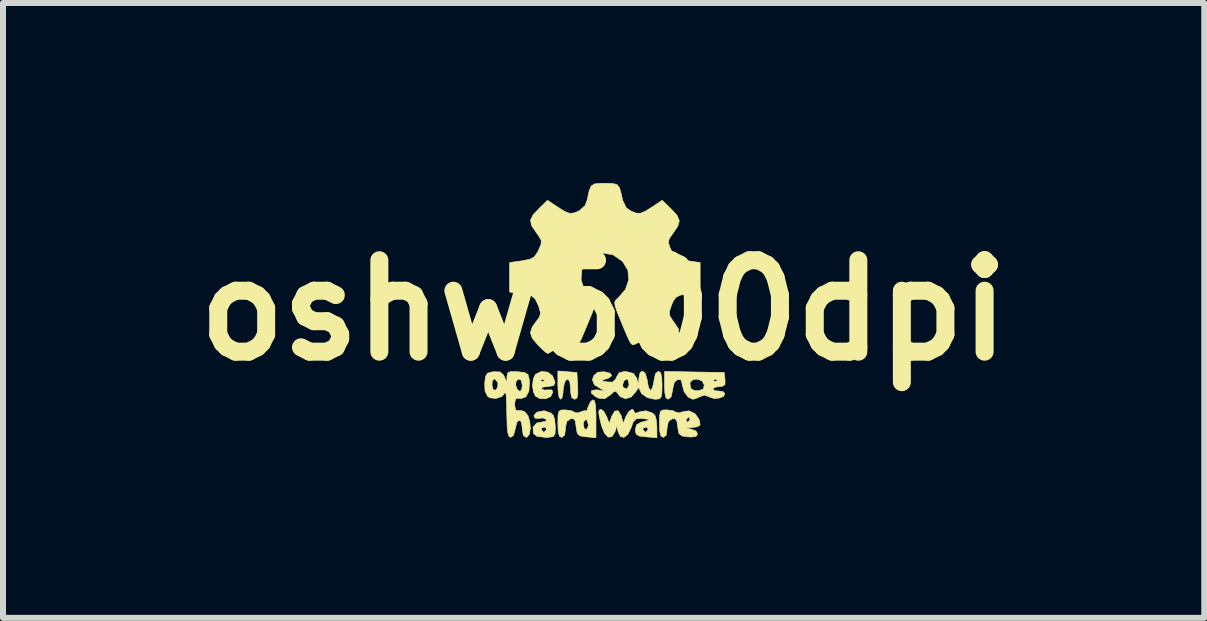
<source format=kicad_pcb>
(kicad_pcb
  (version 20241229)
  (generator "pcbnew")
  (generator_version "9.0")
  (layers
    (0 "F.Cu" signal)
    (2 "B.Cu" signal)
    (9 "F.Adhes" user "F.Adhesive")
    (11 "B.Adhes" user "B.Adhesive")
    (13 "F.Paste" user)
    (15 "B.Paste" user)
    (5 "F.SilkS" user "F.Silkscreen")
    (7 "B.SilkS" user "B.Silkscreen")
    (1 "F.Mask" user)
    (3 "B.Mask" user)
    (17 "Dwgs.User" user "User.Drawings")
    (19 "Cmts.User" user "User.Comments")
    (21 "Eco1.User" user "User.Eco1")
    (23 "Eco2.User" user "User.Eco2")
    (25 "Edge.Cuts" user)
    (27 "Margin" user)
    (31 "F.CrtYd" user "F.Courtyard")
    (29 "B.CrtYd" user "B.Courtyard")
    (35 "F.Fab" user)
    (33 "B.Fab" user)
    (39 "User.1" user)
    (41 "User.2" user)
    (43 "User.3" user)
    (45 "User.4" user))
  (footprint "oshw600dpi"
    (layer "F.Cu")
    (at 7.01 2.122)
    (property "Reference" "oshw600dpi" (at 0 0 0) (layer "F.SilkS") (effects (font (size 1.524 1.524) (thickness 0.3))))
    (attr through_hole)
    (fp_poly (pts (xy -0.445 1.037) (xy -0.432 1.259) (xy -0.429 1.393) (xy -0.444 1.461) (xy -0.48 1.482) (xy -0.485 1.482) (xy -0.53 1.456) (xy -0.549 1.37) (xy -0.55 1.312) (xy -0.562 1.197) (xy -0.591 1.145) (xy -0.629 1.165) (xy -0.652 1.21) (xy -0.672 1.306) (xy -0.677 1.379) (xy -0.692 1.457) (xy -0.72 1.482) (xy -0.743 1.443) (xy -0.758 1.344) (xy -0.762 1.246) (xy -0.762 1.011) (xy -0.445 1.037)) (stroke (width 0.01) (type solid)) (fill yes) (layer "F.SilkS"))
    (fp_poly (pts (xy -0.932 1.03) (xy -0.852 1.092) (xy -0.848 1.098) (xy -0.808 1.201) (xy -0.833 1.254) (xy -0.929 1.27) (xy -0.934 1.27) (xy -1.016 1.281) (xy -1.041 1.306) (xy -1.04 1.308) (xy -0.985 1.33) (xy -0.931 1.325) (xy -0.861 1.328) (xy -0.847 1.366) (xy -0.882 1.437) (xy -0.964 1.475) (xy -1.063 1.471) (xy -1.135 1.431) (xy -1.171 1.354) (xy -1.185 1.249) (xy -1.172 1.157) (xy -1.044 1.157) (xy -1.038 1.182) (xy -1.016 1.185) (xy -0.981 1.17) (xy -0.988 1.157) (xy -1.038 1.152) (xy -1.044 1.157) (xy -1.172 1.157) (xy -1.17 1.139) (xy -1.135 1.067) (xy -1.039 1.02) (xy -0.932 1.03)) (stroke (width 0.01) (type solid)) (fill yes) (layer "F.SilkS"))
    (fp_poly (pts (xy -0.879 1.712) (xy -0.837 1.754) (xy -0.816 1.824) (xy -0.805 1.936) (xy -0.805 1.958) (xy -0.809 2.059) (xy -0.838 2.104) (xy -0.917 2.116) (xy -0.975 2.117) (xy -1.111 2.1) (xy -1.17 2.053) (xy -1.175 1.967) (xy -1.041 1.967) (xy -1.037 1.99) (xy -1.001 2.03) (xy -0.995 2.032) (xy -0.961 2.002) (xy -0.953 1.99) (xy -0.963 1.954) (xy -0.995 1.947) (xy -1.041 1.967) (xy -1.175 1.967) (xy -1.176 1.947) (xy -1.113 1.878) (xy -1.036 1.863) (xy -0.962 1.849) (xy -0.954 1.819) (xy -1.011 1.793) (xy -1.058 1.799) (xy -1.138 1.801) (xy -1.163 1.76) (xy -1.12 1.704) (xy -1.105 1.696) (xy -0.99 1.674) (xy -0.879 1.712)) (stroke (width 0.01) (type solid)) (fill yes) (layer "F.SilkS"))
    (fp_poly (pts (xy -0.151 1.508) (xy -0.134 1.587) (xy -0.127 1.737) (xy -0.127 1.798) (xy -0.127 2.122) (xy -0.286 2.109) (xy -0.391 2.093) (xy -0.438 2.052) (xy -0.456 1.96) (xy -0.457 1.941) (xy -0.463 1.905) (xy -0.339 1.905) (xy -0.321 1.974) (xy -0.296 1.99) (xy -0.262 1.954) (xy -0.254 1.905) (xy -0.272 1.836) (xy -0.296 1.82) (xy -0.331 1.856) (xy -0.339 1.905) (xy -0.463 1.905) (xy -0.473 1.84) (xy -0.507 1.804) (xy -0.553 1.809) (xy -0.613 1.851) (xy -0.635 1.948) (xy -0.635 1.973) (xy -0.65 2.081) (xy -0.696 2.117) (xy -0.699 2.117) (xy -0.737 2.096) (xy -0.757 2.022) (xy -0.762 1.887) (xy -0.76 1.755) (xy -0.746 1.687) (xy -0.708 1.662) (xy -0.635 1.66) (xy -0.633 1.66) (xy -0.536 1.674) (xy -0.483 1.7) (xy -0.433 1.711) (xy -0.378 1.692) (xy -0.313 1.67) (xy -0.292 1.681) (xy -0.28 1.673) (xy -0.259 1.612) (xy -0.219 1.527) (xy -0.179 1.492) (xy -0.151 1.508)) (stroke (width 0.01) (type solid)) (fill yes) (layer "F.SilkS"))
    (fp_poly (pts (xy 1.06 1.66) (xy 1.158 1.674) (xy 1.211 1.7) (xy 1.26 1.711) (xy 1.315 1.692) (xy 1.423 1.675) (xy 1.524 1.723) (xy 1.592 1.82) (xy 1.609 1.908) (xy 1.572 1.937) (xy 1.481 1.953) (xy 1.471 1.954) (xy 1.385 1.959) (xy 1.379 1.965) (xy 1.45 1.978) (xy 1.538 2.011) (xy 1.566 2.059) (xy 1.543 2.1) (xy 1.461 2.112) (xy 1.408 2.109) (xy 1.303 2.093) (xy 1.255 2.052) (xy 1.238 1.96) (xy 1.236 1.941) (xy 1.22 1.84) (xy 1.202 1.82) (xy 1.376 1.82) (xy 1.379 1.859) (xy 1.395 1.863) (xy 1.438 1.832) (xy 1.439 1.82) (xy 1.425 1.779) (xy 1.421 1.778) (xy 1.385 1.808) (xy 1.376 1.82) (xy 1.202 1.82) (xy 1.187 1.804) (xy 1.141 1.809) (xy 1.08 1.851) (xy 1.059 1.948) (xy 1.058 1.973) (xy 1.044 2.081) (xy 0.997 2.117) (xy 0.995 2.117) (xy 0.956 2.096) (xy 0.937 2.022) (xy 0.931 1.887) (xy 0.933 1.755) (xy 0.947 1.687) (xy 0.985 1.662) (xy 1.058 1.66) (xy 1.06 1.66)) (stroke (width 0.01) (type solid)) (fill yes) (layer "F.SilkS"))
    (fp_poly (pts (xy 1.513 1.028) (xy 2.011 1.037) (xy 2.024 1.154) (xy 2.023 1.238) (xy 1.975 1.268) (xy 1.929 1.27) (xy 1.848 1.284) (xy 1.82 1.312) (xy 1.855 1.341) (xy 1.911 1.344) (xy 1.991 1.356) (xy 2.02 1.385) (xy 2.002 1.431) (xy 1.932 1.462) (xy 1.842 1.469) (xy 1.766 1.446) (xy 1.759 1.441) (xy 1.681 1.413) (xy 1.614 1.436) (xy 1.529 1.473) (xy 1.487 1.482) (xy 1.409 1.445) (xy 1.343 1.357) (xy 1.313 1.251) (xy 1.312 1.243) (xy 1.308 1.223) (xy 1.439 1.223) (xy 1.456 1.308) (xy 1.52 1.339) (xy 1.585 1.339) (xy 1.662 1.312) (xy 1.678 1.244) (xy 1.643 1.179) (xy 1.592 1.157) (xy 1.834 1.157) (xy 1.84 1.182) (xy 1.863 1.185) (xy 1.898 1.17) (xy 1.891 1.157) (xy 1.841 1.152) (xy 1.834 1.157) (xy 1.592 1.157) (xy 1.57 1.148) (xy 1.493 1.153) (xy 1.444 1.197) (xy 1.439 1.223) (xy 1.308 1.223) (xy 1.296 1.164) (xy 1.239 1.151) (xy 1.238 1.151) (xy 1.18 1.196) (xy 1.152 1.31) (xy 1.151 1.323) (xy 1.126 1.441) (xy 1.077 1.482) (xy 1.077 1.482) (xy 1.04 1.458) (xy 1.021 1.377) (xy 1.016 1.25) (xy 1.016 1.019) (xy 1.513 1.028)) (stroke (width 0.01) (type solid)) (fill yes) (layer "F.SilkS"))
    (fp_poly (pts (xy 0.505 1.67) (xy 0.508 1.695) (xy 0.534 1.717) (xy 0.59 1.695) (xy 0.704 1.674) (xy 0.815 1.712) (xy 0.857 1.754) (xy 0.877 1.823) (xy 0.888 1.937) (xy 0.888 1.96) (xy 0.889 2.122) (xy 0.709 2.109) (xy 0.595 2.095) (xy 0.543 2.064) (xy 0.529 2.003) (xy 0.529 1.99) (xy 0.535 1.967) (xy 0.653 1.967) (xy 0.656 1.99) (xy 0.692 2.03) (xy 0.699 2.032) (xy 0.732 2.002) (xy 0.741 1.99) (xy 0.731 1.954) (xy 0.699 1.947) (xy 0.653 1.967) (xy 0.535 1.967) (xy 0.549 1.908) (xy 0.623 1.866) (xy 0.656 1.858) (xy 0.744 1.834) (xy 0.75 1.818) (xy 0.673 1.806) (xy 0.624 1.802) (xy 0.543 1.809) (xy 0.495 1.857) (xy 0.458 1.956) (xy 0.405 2.067) (xy 0.339 2.117) (xy 0.279 2.102) (xy 0.241 2.021) (xy 0.222 1.926) (xy 0.191 2.021) (xy 0.14 2.106) (xy 0.078 2.114) (xy 0.016 2.05) (xy -0.034 1.926) (xy -0.07 1.778) (xy -0.082 1.694) (xy -0.068 1.658) (xy -0.041 1.651) (xy 0.004 1.686) (xy 0.048 1.767) (xy 0.095 1.884) (xy 0.136 1.765) (xy 0.187 1.679) (xy 0.242 1.674) (xy 0.291 1.751) (xy 0.3 1.781) (xy 0.327 1.884) (xy 0.374 1.767) (xy 0.422 1.686) (xy 0.473 1.65) (xy 0.505 1.67)) (stroke (width 0.01) (type solid)) (fill yes) (layer "F.SilkS"))
    (fp_poly (pts (xy 0.695 1.053) (xy 0.725 1.153) (xy 0.728 1.175) (xy 0.746 1.277) (xy 0.775 1.331) (xy 0.783 1.333) (xy 0.813 1.296) (xy 0.836 1.203) (xy 0.839 1.175) (xy 0.864 1.057) (xy 0.912 1.016) (xy 0.913 1.016) (xy 0.95 1.04) (xy 0.969 1.12) (xy 0.974 1.249) (xy 0.971 1.382) (xy 0.957 1.451) (xy 0.92 1.478) (xy 0.85 1.482) (xy 0.728 1.455) (xy 0.633 1.388) (xy 0.592 1.301) (xy 0.592 1.299) (xy 0.576 1.294) (xy 0.539 1.353) (xy 0.538 1.355) (xy 0.46 1.444) (xy 0.364 1.473) (xy 0.275 1.437) (xy 0.25 1.406) (xy 0.208 1.351) (xy 0.169 1.358) (xy 0.121 1.403) (xy 0.021 1.472) (xy -0.082 1.464) (xy -0.138 1.436) (xy -0.206 1.377) (xy -0.198 1.336) (xy -0.119 1.325) (xy -0.074 1.33) (xy 0.012 1.344) (xy 0.02 1.339) (xy -0.041 1.31) (xy -0.148 1.244) (xy 0.316 1.244) (xy 0.327 1.287) (xy 0.386 1.311) (xy 0.42 1.262) (xy 0.423 1.228) (xy 0.407 1.159) (xy 0.386 1.143) (xy 0.339 1.177) (xy 0.316 1.244) (xy -0.148 1.244) (xy -0.154 1.241) (xy -0.186 1.158) (xy -0.164 1.09) (xy -0.099 1.032) (xy 0.013 1.024) (xy 0.112 1.05) (xy 0.135 1.091) (xy 0.078 1.132) (xy 0.034 1.146) (xy -0.028 1.164) (xy -0.017 1.177) (xy 0.056 1.193) (xy 0.149 1.197) (xy 0.2 1.148) (xy 0.215 1.114) (xy 0.259 1.042) (xy 0.337 1.021) (xy 0.39 1.024) (xy 0.497 1.053) (xy 0.549 1.125) (xy 0.555 1.143) (xy 0.584 1.249) (xy 0.588 1.132) (xy 0.609 1.037) (xy 0.651 1.013) (xy 0.695 1.053)) (stroke (width 0.01) (type solid)) (fill yes) (layer "F.SilkS"))
    (fp_poly (pts (xy -1.429 1.024) (xy -1.316 1.037) (xy -1.261 1.069) (xy -1.241 1.142) (xy -1.236 1.199) (xy -1.245 1.347) (xy -1.295 1.442) (xy -1.38 1.472) (xy -1.405 1.467) (xy -1.46 1.47) (xy -1.48 1.529) (xy -1.482 1.573) (xy -1.47 1.654) (xy -1.441 1.673) (xy -1.44 1.673) (xy -1.374 1.67) (xy -1.313 1.693) (xy -1.261 1.755) (xy -1.23 1.857) (xy -1.221 1.969) (xy -1.237 2.065) (xy -1.278 2.115) (xy -1.291 2.117) (xy -1.338 2.085) (xy -1.354 1.985) (xy -1.355 1.965) (xy -1.37 1.86) (xy -1.406 1.829) (xy -1.446 1.869) (xy -1.473 1.978) (xy -1.474 1.982) (xy -1.501 2.083) (xy -1.548 2.117) (xy -1.577 2.1) (xy -1.596 2.04) (xy -1.608 1.925) (xy -1.613 1.74) (xy -1.614 1.704) (xy -1.617 1.539) (xy -1.624 1.42) (xy -1.632 1.362) (xy -1.638 1.365) (xy -1.694 1.435) (xy -1.792 1.469) (xy -1.894 1.458) (xy -1.929 1.437) (xy -1.976 1.346) (xy -1.98 1.249) (xy -1.861 1.249) (xy -1.842 1.317) (xy -1.834 1.327) (xy -1.794 1.329) (xy -1.764 1.279) (xy -1.763 1.249) (xy -1.466 1.249) (xy -1.437 1.322) (xy -1.392 1.355) (xy -1.364 1.318) (xy -1.355 1.249) (xy -1.373 1.165) (xy -1.417 1.144) (xy -1.458 1.182) (xy -1.466 1.249) (xy -1.763 1.249) (xy -1.762 1.211) (xy -1.765 1.2) (xy -1.807 1.148) (xy -1.825 1.143) (xy -1.855 1.177) (xy -1.861 1.249) (xy -1.98 1.249) (xy -1.981 1.21) (xy -1.967 1.099) (xy -1.933 1.047) (xy -1.858 1.027) (xy -1.831 1.024) (xy -1.726 1.027) (xy -1.67 1.074) (xy -1.653 1.109) (xy -1.614 1.206) (xy -1.611 1.109) (xy -1.601 1.048) (xy -1.559 1.023) (xy -1.461 1.022) (xy -1.429 1.024)) (stroke (width 0.01) (type solid)) (fill yes) (layer "F.SilkS"))
    (fp_poly (pts (xy 0.148 -2.114) (xy 0.224 -2.095) (xy 0.267 -2.039) (xy 0.297 -1.93) (xy 0.316 -1.837) (xy 0.377 -1.71) (xy 0.449 -1.657) (xy 0.541 -1.62) (xy 0.614 -1.617) (xy 0.699 -1.653) (xy 0.807 -1.721) (xy 0.977 -1.834) (xy 1.123 -1.692) (xy 1.225 -1.581) (xy 1.262 -1.492) (xy 1.235 -1.399) (xy 1.163 -1.293) (xy 1.097 -1.2) (xy 1.078 -1.133) (xy 1.103 -1.054) (xy 1.127 -1.003) (xy 1.181 -0.909) (xy 1.249 -0.858) (xy 1.362 -0.831) (xy 1.403 -0.825) (xy 1.609 -0.796) (xy 1.609 -0.304) (xy 1.402 -0.276) (xy 1.275 -0.252) (xy 1.202 -0.214) (xy 1.154 -0.14) (xy 1.133 -0.089) (xy 1.097 0.018) (xy 1.101 0.09) (xy 1.15 0.168) (xy 1.17 0.193) (xy 1.247 0.31) (xy 1.259 0.405) (xy 1.205 0.504) (xy 1.123 0.591) (xy 0.977 0.733) (xy 0.805 0.619) (xy 0.687 0.551) (xy 0.607 0.533) (xy 0.552 0.549) (xy 0.511 0.571) (xy 0.481 0.574) (xy 0.451 0.547) (xy 0.414 0.477) (xy 0.36 0.353) (xy 0.295 0.195) (xy 0.229 0.034) (xy 0.193 -0.069) (xy 0.184 -0.13) (xy 0.201 -0.169) (xy 0.24 -0.205) (xy 0.243 -0.207) (xy 0.364 -0.347) (xy 0.419 -0.508) (xy 0.405 -0.67) (xy 0.319 -0.812) (xy 0.316 -0.816) (xy 0.157 -0.926) (xy -0.008 -0.954) (xy -0.172 -0.899) (xy -0.292 -0.799) (xy -0.367 -0.662) (xy -0.375 -0.502) (xy -0.318 -0.343) (xy -0.2 -0.207) (xy -0.2 -0.207) (xy -0.16 -0.171) (xy -0.142 -0.132) (xy -0.149 -0.072) (xy -0.184 0.028) (xy -0.249 0.187) (xy -0.253 0.195) (xy -0.328 0.376) (xy -0.378 0.492) (xy -0.414 0.554) (xy -0.443 0.575) (xy -0.475 0.568) (xy -0.511 0.549) (xy -0.581 0.531) (xy -0.667 0.56) (xy -0.751 0.612) (xy -0.851 0.677) (xy -0.919 0.715) (xy -0.933 0.72) (xy -0.974 0.692) (xy -1.051 0.622) (xy -1.092 0.58) (xy -1.19 0.464) (xy -1.22 0.371) (xy -1.186 0.274) (xy -1.128 0.193) (xy -1.066 0.107) (xy -1.052 0.038) (xy -1.079 -0.057) (xy -1.091 -0.089) (xy -1.137 -0.186) (xy -1.195 -0.238) (xy -1.294 -0.266) (xy -1.36 -0.276) (xy -1.566 -0.304) (xy -1.566 -0.796) (xy -1.361 -0.825) (xy -1.231 -0.85) (xy -1.154 -0.892) (xy -1.099 -0.972) (xy -1.084 -1.003) (xy -1.042 -1.101) (xy -1.04 -1.169) (xy -1.084 -1.244) (xy -1.12 -1.293) (xy -1.2 -1.412) (xy -1.218 -1.503) (xy -1.173 -1.593) (xy -1.081 -1.692) (xy -0.935 -1.834) (xy -0.765 -1.721) (xy -0.645 -1.646) (xy -0.564 -1.616) (xy -0.49 -1.623) (xy -0.406 -1.657) (xy -0.309 -1.745) (xy -0.274 -1.837) (xy -0.242 -1.985) (xy -0.209 -2.069) (xy -0.154 -2.106) (xy -0.059 -2.116) (xy 0.021 -2.117) (xy 0.148 -2.114)) (stroke (width 0.01) (type solid)) (fill yes) (layer "F.SilkS")))
  (gr_rect
    (start -3 -3)
    (end 17.021 7.248)
    (stroke (width 0.1) (type default))
    (fill no)
    (layer "Edge.Cuts")))
</source>
